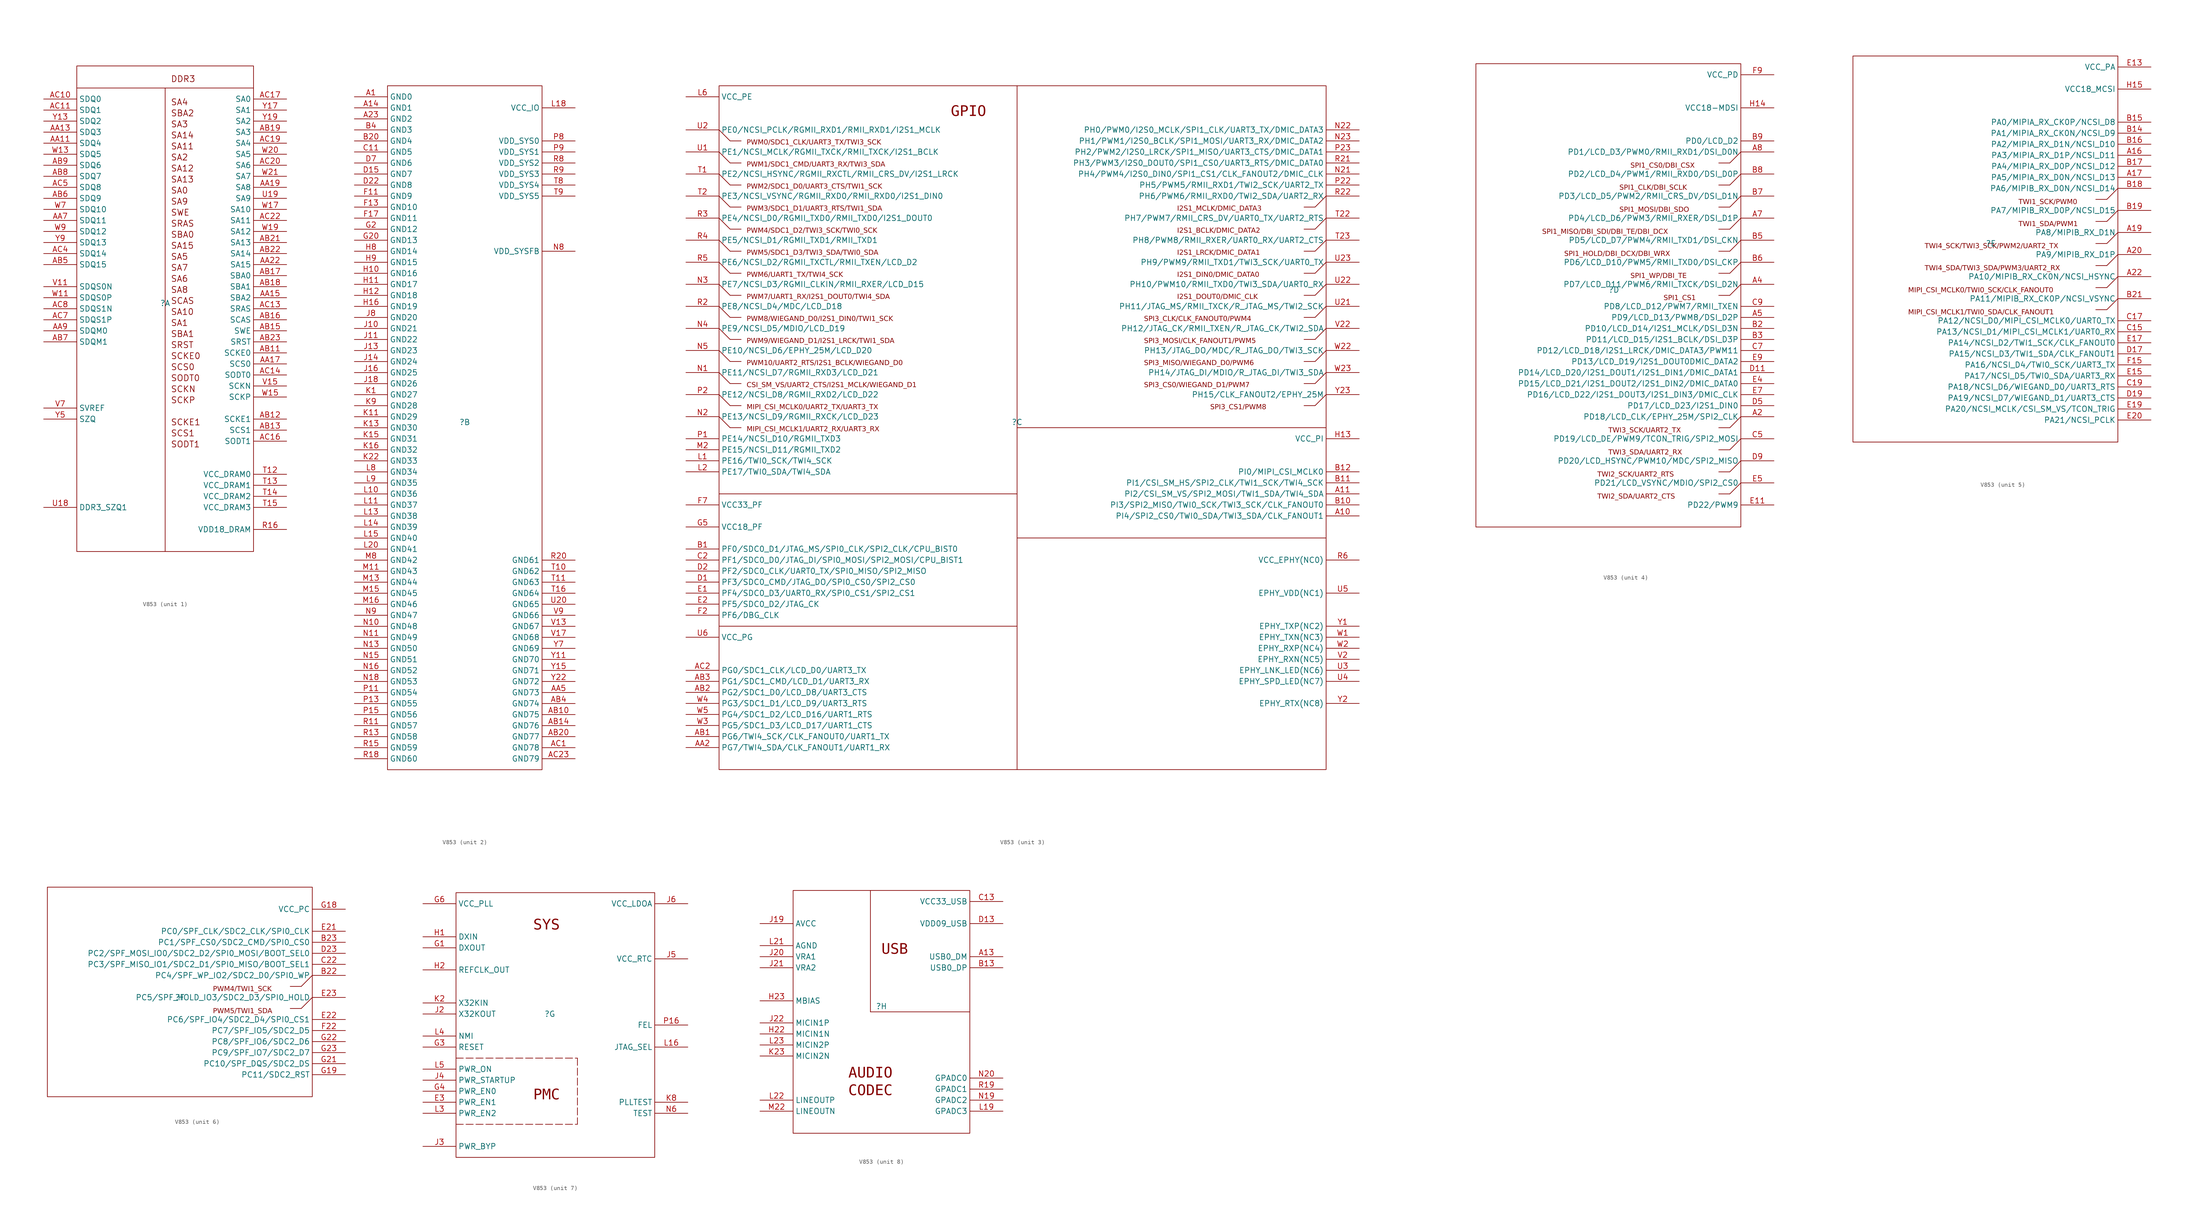
<source format=kicad_sym>
(kicad_symbol_lib
  (version 20231120)
  (generator "kicad_symbol_editor")
  (generator_version "8.0")
  (symbol "V853"
    (property "Reference" ""
      (at 0 0 0)
      (effects (font (size 1.27 1.27))))
    (property "Value" ""
      (at 0 0 0)
      (effects (font (size 1.27 1.27))))
    (symbol "V853_1_0"
      (rectangle (start -20.32 54.61) (end 20.32 -57.15) (stroke (width 0) (type default)) (fill (type none)))
      (polyline (pts (xy -20.32 49.53) (xy 20.32 49.53)) (stroke (width 0) (type default)) (fill (type none)))
      (polyline (pts (xy 0 49.53) (xy 0 -57.15)) (stroke (width 0) (type default)) (fill (type none)))
      (text "DDR3" (at 1.27 50.8 0) (effects (font (size 1.397 1.397)) (justify left bottom)))
      (text "SA0" (at 1.27 25.146 0) (effects (font (size 1.397 1.397)) (justify left bottom)))
      (text "SA1" (at 1.27 -5.334 0) (effects (font (size 1.397 1.397)) (justify left bottom)))
      (text "SA10" (at 1.27 -2.794 0) (effects (font (size 1.397 1.397)) (justify left bottom)))
      (text "SA11" (at 1.27 35.306 0) (effects (font (size 1.397 1.397)) (justify left bottom)))
      (text "SA12" (at 1.27 30.226 0) (effects (font (size 1.397 1.397)) (justify left bottom)))
      (text "SA13" (at 1.27 27.686 0) (effects (font (size 1.397 1.397)) (justify left bottom)))
      (text "SA14" (at 1.27 37.846 0) (effects (font (size 1.397 1.397)) (justify left bottom)))
      (text "SA15" (at 1.27 12.446 0) (effects (font (size 1.397 1.397)) (justify left bottom)))
      (text "SA2" (at 1.27 32.766 0) (effects (font (size 1.397 1.397)) (justify left bottom)))
      (text "SA3" (at 1.27 40.386 0) (effects (font (size 1.397 1.397)) (justify left bottom)))
      (text "SA4" (at 1.27 45.466 0) (effects (font (size 1.397 1.397)) (justify left bottom)))
      (text "SA5" (at 1.27 9.906 0) (effects (font (size 1.397 1.397)) (justify left bottom)))
      (text "SA6" (at 1.27 4.826 0) (effects (font (size 1.397 1.397)) (justify left bottom)))
      (text "SA7" (at 1.27 7.366 0) (effects (font (size 1.397 1.397)) (justify left bottom)))
      (text "SA8" (at 1.27 2.286 0) (effects (font (size 1.397 1.397)) (justify left bottom)))
      (text "SA9" (at 1.27 22.606 0) (effects (font (size 1.397 1.397)) (justify left bottom)))
      (text "SBA0" (at 1.27 14.986 0) (effects (font (size 1.397 1.397)) (justify left bottom)))
      (text "SBA1" (at 1.27 -7.874 0) (effects (font (size 1.397 1.397)) (justify left bottom)))
      (text "SBA2" (at 1.27 42.926 0) (effects (font (size 1.397 1.397)) (justify left bottom)))
      (text "SCAS" (at 1.27 -0.254 0) (effects (font (size 1.397 1.397)) (justify left bottom)))
      (text "SCKE0" (at 1.27 -12.954 0) (effects (font (size 1.397 1.397)) (justify left bottom)))
      (text "SCKE1" (at 1.27 -28.194 0) (effects (font (size 1.397 1.397)) (justify left bottom)))
      (text "SCKN" (at 1.27 -20.574 0) (effects (font (size 1.397 1.397)) (justify left bottom)))
      (text "SCKP" (at 1.27 -23.114 0) (effects (font (size 1.397 1.397)) (justify left bottom)))
      (text "SCS0" (at 1.27 -15.494 0) (effects (font (size 1.397 1.397)) (justify left bottom)))
      (text "SCS1" (at 1.27 -30.734 0) (effects (font (size 1.397 1.397)) (justify left bottom)))
      (text "SODT0" (at 1.27 -18.034 0) (effects (font (size 1.397 1.397)) (justify left bottom)))
      (text "SODT1" (at 1.27 -33.274 0) (effects (font (size 1.397 1.397)) (justify left bottom)))
      (text "SRAS" (at 1.27 17.526 0) (effects (font (size 1.397 1.397)) (justify left bottom)))
      (text "SRST" (at 1.27 -10.414 0) (effects (font (size 1.397 1.397)) (justify left bottom)))
      (text "SWE" (at 1.27 20.066 0) (effects (font (size 1.397 1.397)) (justify left bottom)))
      (pin input line (at -27.94 36.83 0) (length 7.62) (name "SDQ4" (effects (font (size 1.27 1.27)))) (number "AA11" (effects (font (size 1.27 1.27)))))
      (pin input line (at -27.94 39.37 0) (length 7.62) (name "SDQ3" (effects (font (size 1.27 1.27)))) (number "AA13" (effects (font (size 1.27 1.27)))))
      (pin input line (at 27.94 1.27 180) (length 7.62) (name "SBA2" (effects (font (size 1.27 1.27)))) (number "AA15" (effects (font (size 1.27 1.27)))))
      (pin input line (at 27.94 -13.97 180) (length 7.62) (name "SCS0" (effects (font (size 1.27 1.27)))) (number "AA17" (effects (font (size 1.27 1.27)))))
      (pin input line (at 27.94 26.67 180) (length 7.62) (name "SA8" (effects (font (size 1.27 1.27)))) (number "AA19" (effects (font (size 1.27 1.27)))))
      (pin input line (at 27.94 8.89 180) (length 7.62) (name "SA15" (effects (font (size 1.27 1.27)))) (number "AA22" (effects (font (size 1.27 1.27)))))
      (pin input line (at -27.94 19.05 0) (length 7.62) (name "SDQ11" (effects (font (size 1.27 1.27)))) (number "AA7" (effects (font (size 1.27 1.27)))))
      (pin input line (at -27.94 -6.35 0) (length 7.62) (name "SDQM0" (effects (font (size 1.27 1.27)))) (number "AA9" (effects (font (size 1.27 1.27)))))
      (pin input line (at 27.94 -11.43 180) (length 7.62) (name "SCKE0" (effects (font (size 1.27 1.27)))) (number "AB11" (effects (font (size 1.27 1.27)))))
      (pin input line (at 27.94 -26.67 180) (length 7.62) (name "SCKE1" (effects (font (size 1.27 1.27)))) (number "AB12" (effects (font (size 1.27 1.27)))))
      (pin input line (at 27.94 -29.21 180) (length 7.62) (name "SCS1" (effects (font (size 1.27 1.27)))) (number "AB13" (effects (font (size 1.27 1.27)))))
      (pin input line (at 27.94 -6.35 180) (length 7.62) (name "SWE" (effects (font (size 1.27 1.27)))) (number "AB15" (effects (font (size 1.27 1.27)))))
      (pin input line (at 27.94 -3.81 180) (length 7.62) (name "SCAS" (effects (font (size 1.27 1.27)))) (number "AB16" (effects (font (size 1.27 1.27)))))
      (pin input line (at 27.94 6.35 180) (length 7.62) (name "SBA0" (effects (font (size 1.27 1.27)))) (number "AB17" (effects (font (size 1.27 1.27)))))
      (pin input line (at 27.94 3.81 180) (length 7.62) (name "SBA1" (effects (font (size 1.27 1.27)))) (number "AB18" (effects (font (size 1.27 1.27)))))
      (pin input line (at 27.94 39.37 180) (length 7.62) (name "SA3" (effects (font (size 1.27 1.27)))) (number "AB19" (effects (font (size 1.27 1.27)))))
      (pin input line (at 27.94 13.97 180) (length 7.62) (name "SA13" (effects (font (size 1.27 1.27)))) (number "AB21" (effects (font (size 1.27 1.27)))))
      (pin input line (at 27.94 11.43 180) (length 7.62) (name "SA14" (effects (font (size 1.27 1.27)))) (number "AB22" (effects (font (size 1.27 1.27)))))
      (pin input line (at 27.94 -8.89 180) (length 7.62) (name "SRST" (effects (font (size 1.27 1.27)))) (number "AB23" (effects (font (size 1.27 1.27)))))
      (pin input line (at -27.94 8.89 0) (length 7.62) (name "SDQ15" (effects (font (size 1.27 1.27)))) (number "AB5" (effects (font (size 1.27 1.27)))))
      (pin input line (at -27.94 24.13 0) (length 7.62) (name "SDQ9" (effects (font (size 1.27 1.27)))) (number "AB6" (effects (font (size 1.27 1.27)))))
      (pin input line (at -27.94 -8.89 0) (length 7.62) (name "SDQM1" (effects (font (size 1.27 1.27)))) (number "AB7" (effects (font (size 1.27 1.27)))))
      (pin input line (at -27.94 29.21 0) (length 7.62) (name "SDQ7" (effects (font (size 1.27 1.27)))) (number "AB8" (effects (font (size 1.27 1.27)))))
      (pin input line (at -27.94 31.75 0) (length 7.62) (name "SDQ6" (effects (font (size 1.27 1.27)))) (number "AB9" (effects (font (size 1.27 1.27)))))
      (pin input line (at -27.94 46.99 0) (length 7.62) (name "SDQ0" (effects (font (size 1.27 1.27)))) (number "AC10" (effects (font (size 1.27 1.27)))))
      (pin input line (at -27.94 44.45 0) (length 7.62) (name "SDQ1" (effects (font (size 1.27 1.27)))) (number "AC11" (effects (font (size 1.27 1.27)))))
      (pin input line (at 27.94 -1.27 180) (length 7.62) (name "SRAS" (effects (font (size 1.27 1.27)))) (number "AC13" (effects (font (size 1.27 1.27)))))
      (pin input line (at 27.94 -16.51 180) (length 7.62) (name "SODT0" (effects (font (size 1.27 1.27)))) (number "AC14" (effects (font (size 1.27 1.27)))))
      (pin input line (at 27.94 -31.75 180) (length 7.62) (name "SODT1" (effects (font (size 1.27 1.27)))) (number "AC16" (effects (font (size 1.27 1.27)))))
      (pin input line (at 27.94 46.99 180) (length 7.62) (name "SA0" (effects (font (size 1.27 1.27)))) (number "AC17" (effects (font (size 1.27 1.27)))))
      (pin input line (at 27.94 36.83 180) (length 7.62) (name "SA4" (effects (font (size 1.27 1.27)))) (number "AC19" (effects (font (size 1.27 1.27)))))
      (pin input line (at 27.94 31.75 180) (length 7.62) (name "SA6" (effects (font (size 1.27 1.27)))) (number "AC20" (effects (font (size 1.27 1.27)))))
      (pin input line (at 27.94 19.05 180) (length 7.62) (name "SA11" (effects (font (size 1.27 1.27)))) (number "AC22" (effects (font (size 1.27 1.27)))))
      (pin input line (at -27.94 11.43 0) (length 7.62) (name "SDQ14" (effects (font (size 1.27 1.27)))) (number "AC4" (effects (font (size 1.27 1.27)))))
      (pin input line (at -27.94 26.67 0) (length 7.62) (name "SDQ8" (effects (font (size 1.27 1.27)))) (number "AC5" (effects (font (size 1.27 1.27)))))
      (pin input line (at -27.94 -3.81 0) (length 7.62) (name "SDQS1P" (effects (font (size 1.27 1.27)))) (number "AC7" (effects (font (size 1.27 1.27)))))
      (pin input line (at -27.94 -1.27 0) (length 7.62) (name "SDQS1N" (effects (font (size 1.27 1.27)))) (number "AC8" (effects (font (size 1.27 1.27)))))
      (pin input line (at 27.94 -52.07 180) (length 7.62) (name "VDD18_DRAM" (effects (font (size 1.27 1.27)))) (number "R16" (effects (font (size 1.27 1.27)))))
      (pin input line (at 27.94 -39.37 180) (length 7.62) (name "VCC_DRAM0" (effects (font (size 1.27 1.27)))) (number "T12" (effects (font (size 1.27 1.27)))))
      (pin input line (at 27.94 -41.91 180) (length 7.62) (name "VCC_DRAM1" (effects (font (size 1.27 1.27)))) (number "T13" (effects (font (size 1.27 1.27)))))
      (pin input line (at 27.94 -44.45 180) (length 7.62) (name "VCC_DRAM2" (effects (font (size 1.27 1.27)))) (number "T14" (effects (font (size 1.27 1.27)))))
      (pin input line (at 27.94 -46.99 180) (length 7.62) (name "VCC_DRAM3" (effects (font (size 1.27 1.27)))) (number "T15" (effects (font (size 1.27 1.27)))))
      (pin input line (at -27.94 -46.99 0) (length 7.62) (name "DDR3_SZQ1" (effects (font (size 1.27 1.27)))) (number "U18" (effects (font (size 1.27 1.27)))))
      (pin input line (at 27.94 24.13 180) (length 7.62) (name "SA9" (effects (font (size 1.27 1.27)))) (number "U19" (effects (font (size 1.27 1.27)))))
      (pin input line (at -27.94 3.81 0) (length 7.62) (name "SDQS0N" (effects (font (size 1.27 1.27)))) (number "V11" (effects (font (size 1.27 1.27)))))
      (pin input line (at 27.94 -19.05 180) (length 7.62) (name "SCKN" (effects (font (size 1.27 1.27)))) (number "V15" (effects (font (size 1.27 1.27)))))
      (pin input line (at -27.94 -24.13 0) (length 7.62) (name "SVREF" (effects (font (size 1.27 1.27)))) (number "V7" (effects (font (size 1.27 1.27)))))
      (pin input line (at -27.94 1.27 0) (length 7.62) (name "SDQS0P" (effects (font (size 1.27 1.27)))) (number "W11" (effects (font (size 1.27 1.27)))))
      (pin input line (at -27.94 34.29 0) (length 7.62) (name "SDQ5" (effects (font (size 1.27 1.27)))) (number "W13" (effects (font (size 1.27 1.27)))))
      (pin input line (at 27.94 -21.59 180) (length 7.62) (name "SCKP" (effects (font (size 1.27 1.27)))) (number "W15" (effects (font (size 1.27 1.27)))))
      (pin input line (at 27.94 21.59 180) (length 7.62) (name "SA10" (effects (font (size 1.27 1.27)))) (number "W17" (effects (font (size 1.27 1.27)))))
      (pin input line (at 27.94 16.51 180) (length 7.62) (name "SA12" (effects (font (size 1.27 1.27)))) (number "W19" (effects (font (size 1.27 1.27)))))
      (pin input line (at 27.94 34.29 180) (length 7.62) (name "SA5" (effects (font (size 1.27 1.27)))) (number "W20" (effects (font (size 1.27 1.27)))))
      (pin input line (at 27.94 29.21 180) (length 7.62) (name "SA7" (effects (font (size 1.27 1.27)))) (number "W21" (effects (font (size 1.27 1.27)))))
      (pin input line (at -27.94 21.59 0) (length 7.62) (name "SDQ10" (effects (font (size 1.27 1.27)))) (number "W7" (effects (font (size 1.27 1.27)))))
      (pin input line (at -27.94 16.51 0) (length 7.62) (name "SDQ12" (effects (font (size 1.27 1.27)))) (number "W9" (effects (font (size 1.27 1.27)))))
      (pin input line (at -27.94 41.91 0) (length 7.62) (name "SDQ2" (effects (font (size 1.27 1.27)))) (number "Y13" (effects (font (size 1.27 1.27)))))
      (pin input line (at 27.94 44.45 180) (length 7.62) (name "SA1" (effects (font (size 1.27 1.27)))) (number "Y17" (effects (font (size 1.27 1.27)))))
      (pin input line (at 27.94 41.91 180) (length 7.62) (name "SA2" (effects (font (size 1.27 1.27)))) (number "Y19" (effects (font (size 1.27 1.27)))))
      (pin input line (at -27.94 -26.67 0) (length 7.62) (name "SZQ" (effects (font (size 1.27 1.27)))) (number "Y5" (effects (font (size 1.27 1.27)))))
      (pin input line (at -27.94 13.97 0) (length 7.62) (name "SDQ13" (effects (font (size 1.27 1.27)))) (number "Y9" (effects (font (size 1.27 1.27))))))
    (symbol "V853_2_0"
      (rectangle (start -17.78 77.47) (end 17.78 -80.01) (stroke (width 0) (type default)) (fill (type none)))
      (pin input line (at -25.4 74.93 0) (length 7.62) (name "GND0" (effects (font (size 1.27 1.27)))) (number "A1" (effects (font (size 1.27 1.27)))))
      (pin input line (at -25.4 72.39 0) (length 7.62) (name "GND1" (effects (font (size 1.27 1.27)))) (number "A14" (effects (font (size 1.27 1.27)))))
      (pin input line (at -25.4 69.85 0) (length 7.62) (name "GND2" (effects (font (size 1.27 1.27)))) (number "A23" (effects (font (size 1.27 1.27)))))
      (pin input line (at 25.4 -62.23 180) (length 7.62) (name "GND73" (effects (font (size 1.27 1.27)))) (number "AA5" (effects (font (size 1.27 1.27)))))
      (pin input line (at 25.4 -67.31 180) (length 7.62) (name "GND75" (effects (font (size 1.27 1.27)))) (number "AB10" (effects (font (size 1.27 1.27)))))
      (pin input line (at 25.4 -69.85 180) (length 7.62) (name "GND76" (effects (font (size 1.27 1.27)))) (number "AB14" (effects (font (size 1.27 1.27)))))
      (pin input line (at 25.4 -72.39 180) (length 7.62) (name "GND77" (effects (font (size 1.27 1.27)))) (number "AB20" (effects (font (size 1.27 1.27)))))
      (pin input line (at 25.4 -64.77 180) (length 7.62) (name "GND74" (effects (font (size 1.27 1.27)))) (number "AB4" (effects (font (size 1.27 1.27)))))
      (pin input line (at 25.4 -74.93 180) (length 7.62) (name "GND78" (effects (font (size 1.27 1.27)))) (number "AC1" (effects (font (size 1.27 1.27)))))
      (pin input line (at 25.4 -77.47 180) (length 7.62) (name "GND79" (effects (font (size 1.27 1.27)))) (number "AC23" (effects (font (size 1.27 1.27)))))
      (pin input line (at -25.4 64.77 0) (length 7.62) (name "GND4" (effects (font (size 1.27 1.27)))) (number "B20" (effects (font (size 1.27 1.27)))))
      (pin input line (at -25.4 67.31 0) (length 7.62) (name "GND3" (effects (font (size 1.27 1.27)))) (number "B4" (effects (font (size 1.27 1.27)))))
      (pin input line (at -25.4 62.23 0) (length 7.62) (name "GND5" (effects (font (size 1.27 1.27)))) (number "C11" (effects (font (size 1.27 1.27)))))
      (pin input line (at -25.4 57.15 0) (length 7.62) (name "GND7" (effects (font (size 1.27 1.27)))) (number "D15" (effects (font (size 1.27 1.27)))))
      (pin input line (at -25.4 54.61 0) (length 7.62) (name "GND8" (effects (font (size 1.27 1.27)))) (number "D22" (effects (font (size 1.27 1.27)))))
      (pin input line (at -25.4 59.69 0) (length 7.62) (name "GND6" (effects (font (size 1.27 1.27)))) (number "D7" (effects (font (size 1.27 1.27)))))
      (pin input line (at -25.4 52.07 0) (length 7.62) (name "GND9" (effects (font (size 1.27 1.27)))) (number "F11" (effects (font (size 1.27 1.27)))))
      (pin input line (at -25.4 49.53 0) (length 7.62) (name "GND10" (effects (font (size 1.27 1.27)))) (number "F13" (effects (font (size 1.27 1.27)))))
      (pin input line (at -25.4 46.99 0) (length 7.62) (name "GND11" (effects (font (size 1.27 1.27)))) (number "F17" (effects (font (size 1.27 1.27)))))
      (pin input line (at -25.4 44.45 0) (length 7.62) (name "GND12" (effects (font (size 1.27 1.27)))) (number "G2" (effects (font (size 1.27 1.27)))))
      (pin input line (at -25.4 41.91 0) (length 7.62) (name "GND13" (effects (font (size 1.27 1.27)))) (number "G20" (effects (font (size 1.27 1.27)))))
      (pin input line (at -25.4 34.29 0) (length 7.62) (name "GND16" (effects (font (size 1.27 1.27)))) (number "H10" (effects (font (size 1.27 1.27)))))
      (pin input line (at -25.4 31.75 0) (length 7.62) (name "GND17" (effects (font (size 1.27 1.27)))) (number "H11" (effects (font (size 1.27 1.27)))))
      (pin input line (at -25.4 29.21 0) (length 7.62) (name "GND18" (effects (font (size 1.27 1.27)))) (number "H12" (effects (font (size 1.27 1.27)))))
      (pin input line (at -25.4 26.67 0) (length 7.62) (name "GND19" (effects (font (size 1.27 1.27)))) (number "H16" (effects (font (size 1.27 1.27)))))
      (pin input line (at -25.4 39.37 0) (length 7.62) (name "GND14" (effects (font (size 1.27 1.27)))) (number "H8" (effects (font (size 1.27 1.27)))))
      (pin input line (at -25.4 36.83 0) (length 7.62) (name "GND15" (effects (font (size 1.27 1.27)))) (number "H9" (effects (font (size 1.27 1.27)))))
      (pin input line (at -25.4 21.59 0) (length 7.62) (name "GND21" (effects (font (size 1.27 1.27)))) (number "J10" (effects (font (size 1.27 1.27)))))
      (pin input line (at -25.4 19.05 0) (length 7.62) (name "GND22" (effects (font (size 1.27 1.27)))) (number "J11" (effects (font (size 1.27 1.27)))))
      (pin input line (at -25.4 16.51 0) (length 7.62) (name "GND23" (effects (font (size 1.27 1.27)))) (number "J13" (effects (font (size 1.27 1.27)))))
      (pin input line (at -25.4 13.97 0) (length 7.62) (name "GND24" (effects (font (size 1.27 1.27)))) (number "J14" (effects (font (size 1.27 1.27)))))
      (pin input line (at -25.4 11.43 0) (length 7.62) (name "GND25" (effects (font (size 1.27 1.27)))) (number "J16" (effects (font (size 1.27 1.27)))))
      (pin input line (at -25.4 8.89 0) (length 7.62) (name "GND26" (effects (font (size 1.27 1.27)))) (number "J18" (effects (font (size 1.27 1.27)))))
      (pin input line (at -25.4 24.13 0) (length 7.62) (name "GND20" (effects (font (size 1.27 1.27)))) (number "J8" (effects (font (size 1.27 1.27)))))
      (pin input line (at -25.4 6.35 0) (length 7.62) (name "GND27" (effects (font (size 1.27 1.27)))) (number "K1" (effects (font (size 1.27 1.27)))))
      (pin input line (at -25.4 1.27 0) (length 7.62) (name "GND29" (effects (font (size 1.27 1.27)))) (number "K11" (effects (font (size 1.27 1.27)))))
      (pin input line (at -25.4 -1.27 0) (length 7.62) (name "GND30" (effects (font (size 1.27 1.27)))) (number "K13" (effects (font (size 1.27 1.27)))))
      (pin input line (at -25.4 -3.81 0) (length 7.62) (name "GND31" (effects (font (size 1.27 1.27)))) (number "K15" (effects (font (size 1.27 1.27)))))
      (pin input line (at -25.4 -6.35 0) (length 7.62) (name "GND32" (effects (font (size 1.27 1.27)))) (number "K16" (effects (font (size 1.27 1.27)))))
      (pin input line (at -25.4 -8.89 0) (length 7.62) (name "GND33" (effects (font (size 1.27 1.27)))) (number "K22" (effects (font (size 1.27 1.27)))))
      (pin input line (at -25.4 3.81 0) (length 7.62) (name "GND28" (effects (font (size 1.27 1.27)))) (number "K9" (effects (font (size 1.27 1.27)))))
      (pin input line (at -25.4 -16.51 0) (length 7.62) (name "GND36" (effects (font (size 1.27 1.27)))) (number "L10" (effects (font (size 1.27 1.27)))))
      (pin input line (at -25.4 -19.05 0) (length 7.62) (name "GND37" (effects (font (size 1.27 1.27)))) (number "L11" (effects (font (size 1.27 1.27)))))
      (pin input line (at -25.4 -21.59 0) (length 7.62) (name "GND38" (effects (font (size 1.27 1.27)))) (number "L13" (effects (font (size 1.27 1.27)))))
      (pin input line (at -25.4 -24.13 0) (length 7.62) (name "GND39" (effects (font (size 1.27 1.27)))) (number "L14" (effects (font (size 1.27 1.27)))))
      (pin input line (at -25.4 -26.67 0) (length 7.62) (name "GND40" (effects (font (size 1.27 1.27)))) (number "L15" (effects (font (size 1.27 1.27)))))
      (pin input line (at 25.4 72.39 180) (length 7.62) (name "VCC_IO" (effects (font (size 1.27 1.27)))) (number "L18" (effects (font (size 1.27 1.27)))))
      (pin input line (at -25.4 -29.21 0) (length 7.62) (name "GND41" (effects (font (size 1.27 1.27)))) (number "L20" (effects (font (size 1.27 1.27)))))
      (pin input line (at -25.4 -11.43 0) (length 7.62) (name "GND34" (effects (font (size 1.27 1.27)))) (number "L8" (effects (font (size 1.27 1.27)))))
      (pin input line (at -25.4 -13.97 0) (length 7.62) (name "GND35" (effects (font (size 1.27 1.27)))) (number "L9" (effects (font (size 1.27 1.27)))))
      (pin input line (at -25.4 -34.29 0) (length 7.62) (name "GND43" (effects (font (size 1.27 1.27)))) (number "M11" (effects (font (size 1.27 1.27)))))
      (pin input line (at -25.4 -36.83 0) (length 7.62) (name "GND44" (effects (font (size 1.27 1.27)))) (number "M13" (effects (font (size 1.27 1.27)))))
      (pin input line (at -25.4 -39.37 0) (length 7.62) (name "GND45" (effects (font (size 1.27 1.27)))) (number "M15" (effects (font (size 1.27 1.27)))))
      (pin input line (at -25.4 -41.91 0) (length 7.62) (name "GND46" (effects (font (size 1.27 1.27)))) (number "M16" (effects (font (size 1.27 1.27)))))
      (pin input line (at -25.4 -31.75 0) (length 7.62) (name "GND42" (effects (font (size 1.27 1.27)))) (number "M8" (effects (font (size 1.27 1.27)))))
      (pin input line (at -25.4 -46.99 0) (length 7.62) (name "GND48" (effects (font (size 1.27 1.27)))) (number "N10" (effects (font (size 1.27 1.27)))))
      (pin input line (at -25.4 -49.53 0) (length 7.62) (name "GND49" (effects (font (size 1.27 1.27)))) (number "N11" (effects (font (size 1.27 1.27)))))
      (pin input line (at -25.4 -52.07 0) (length 7.62) (name "GND50" (effects (font (size 1.27 1.27)))) (number "N13" (effects (font (size 1.27 1.27)))))
      (pin input line (at -25.4 -54.61 0) (length 7.62) (name "GND51" (effects (font (size 1.27 1.27)))) (number "N15" (effects (font (size 1.27 1.27)))))
      (pin input line (at -25.4 -57.15 0) (length 7.62) (name "GND52" (effects (font (size 1.27 1.27)))) (number "N16" (effects (font (size 1.27 1.27)))))
      (pin input line (at -25.4 -59.69 0) (length 7.62) (name "GND53" (effects (font (size 1.27 1.27)))) (number "N18" (effects (font (size 1.27 1.27)))))
      (pin input line (at 25.4 39.37 180) (length 7.62) (name "VDD_SYSFB" (effects (font (size 1.27 1.27)))) (number "N8" (effects (font (size 1.27 1.27)))))
      (pin input line (at -25.4 -44.45 0) (length 7.62) (name "GND47" (effects (font (size 1.27 1.27)))) (number "N9" (effects (font (size 1.27 1.27)))))
      (pin input line (at -25.4 -62.23 0) (length 7.62) (name "GND54" (effects (font (size 1.27 1.27)))) (number "P11" (effects (font (size 1.27 1.27)))))
      (pin input line (at -25.4 -64.77 0) (length 7.62) (name "GND55" (effects (font (size 1.27 1.27)))) (number "P13" (effects (font (size 1.27 1.27)))))
      (pin input line (at -25.4 -67.31 0) (length 7.62) (name "GND56" (effects (font (size 1.27 1.27)))) (number "P15" (effects (font (size 1.27 1.27)))))
      (pin input line (at 25.4 64.77 180) (length 7.62) (name "VDD_SYS0" (effects (font (size 1.27 1.27)))) (number "P8" (effects (font (size 1.27 1.27)))))
      (pin input line (at 25.4 62.23 180) (length 7.62) (name "VDD_SYS1" (effects (font (size 1.27 1.27)))) (number "P9" (effects (font (size 1.27 1.27)))))
      (pin input line (at -25.4 -69.85 0) (length 7.62) (name "GND57" (effects (font (size 1.27 1.27)))) (number "R11" (effects (font (size 1.27 1.27)))))
      (pin input line (at -25.4 -72.39 0) (length 7.62) (name "GND58" (effects (font (size 1.27 1.27)))) (number "R13" (effects (font (size 1.27 1.27)))))
      (pin input line (at -25.4 -74.93 0) (length 7.62) (name "GND59" (effects (font (size 1.27 1.27)))) (number "R15" (effects (font (size 1.27 1.27)))))
      (pin input line (at -25.4 -77.47 0) (length 7.62) (name "GND60" (effects (font (size 1.27 1.27)))) (number "R18" (effects (font (size 1.27 1.27)))))
      (pin input line (at 25.4 -31.75 180) (length 7.62) (name "GND61" (effects (font (size 1.27 1.27)))) (number "R20" (effects (font (size 1.27 1.27)))))
      (pin input line (at 25.4 59.69 180) (length 7.62) (name "VDD_SYS2" (effects (font (size 1.27 1.27)))) (number "R8" (effects (font (size 1.27 1.27)))))
      (pin input line (at 25.4 57.15 180) (length 7.62) (name "VDD_SYS3" (effects (font (size 1.27 1.27)))) (number "R9" (effects (font (size 1.27 1.27)))))
      (pin input line (at 25.4 -34.29 180) (length 7.62) (name "GND62" (effects (font (size 1.27 1.27)))) (number "T10" (effects (font (size 1.27 1.27)))))
      (pin input line (at 25.4 -36.83 180) (length 7.62) (name "GND63" (effects (font (size 1.27 1.27)))) (number "T11" (effects (font (size 1.27 1.27)))))
      (pin input line (at 25.4 -39.37 180) (length 7.62) (name "GND64" (effects (font (size 1.27 1.27)))) (number "T16" (effects (font (size 1.27 1.27)))))
      (pin input line (at 25.4 54.61 180) (length 7.62) (name "VDD_SYS4" (effects (font (size 1.27 1.27)))) (number "T8" (effects (font (size 1.27 1.27)))))
      (pin input line (at 25.4 52.07 180) (length 7.62) (name "VDD_SYS5" (effects (font (size 1.27 1.27)))) (number "T9" (effects (font (size 1.27 1.27)))))
      (pin input line (at 25.4 -41.91 180) (length 7.62) (name "GND65" (effects (font (size 1.27 1.27)))) (number "U20" (effects (font (size 1.27 1.27)))))
      (pin input line (at 25.4 -46.99 180) (length 7.62) (name "GND67" (effects (font (size 1.27 1.27)))) (number "V13" (effects (font (size 1.27 1.27)))))
      (pin input line (at 25.4 -49.53 180) (length 7.62) (name "GND68" (effects (font (size 1.27 1.27)))) (number "V17" (effects (font (size 1.27 1.27)))))
      (pin input line (at 25.4 -44.45 180) (length 7.62) (name "GND66" (effects (font (size 1.27 1.27)))) (number "V9" (effects (font (size 1.27 1.27)))))
      (pin input line (at 25.4 -54.61 180) (length 7.62) (name "GND70" (effects (font (size 1.27 1.27)))) (number "Y11" (effects (font (size 1.27 1.27)))))
      (pin input line (at 25.4 -57.15 180) (length 7.62) (name "GND71" (effects (font (size 1.27 1.27)))) (number "Y15" (effects (font (size 1.27 1.27)))))
      (pin input line (at 25.4 -59.69 180) (length 7.62) (name "GND72" (effects (font (size 1.27 1.27)))) (number "Y22" (effects (font (size 1.27 1.27)))))
      (pin input line (at 25.4 -52.07 180) (length 7.62) (name "GND69" (effects (font (size 1.27 1.27)))) (number "Y7" (effects (font (size 1.27 1.27))))))
    (symbol "V853_3_0"
      (rectangle (start -68.58 77.47) (end 71.12 -80.01) (stroke (width 0) (type default)) (fill (type none)))
      (polyline (pts (xy -68.58 -46.99) (xy 0 -46.99)) (stroke (width 0) (type default)) (fill (type none)))
      (polyline (pts (xy -68.58 -16.51) (xy 0 -16.51)) (stroke (width 0) (type default)) (fill (type none)))
      (polyline (pts (xy -66.04 -1.27) (xy -68.58 1.27)) (stroke (width 0) (type default)) (fill (type none)))
      (polyline (pts (xy -66.04 3.81) (xy -68.58 6.35)) (stroke (width 0) (type default)) (fill (type none)))
      (polyline (pts (xy -66.04 8.89) (xy -68.58 11.43)) (stroke (width 0) (type default)) (fill (type none)))
      (polyline (pts (xy -66.04 13.97) (xy -68.58 16.51)) (stroke (width 0) (type default)) (fill (type none)))
      (polyline (pts (xy -66.04 19.05) (xy -68.58 21.59)) (stroke (width 0) (type default)) (fill (type none)))
      (polyline (pts (xy -66.04 24.13) (xy -68.58 26.67)) (stroke (width 0) (type default)) (fill (type none)))
      (polyline (pts (xy -66.04 29.21) (xy -68.58 31.75)) (stroke (width 0) (type default)) (fill (type none)))
      (polyline (pts (xy -66.04 34.29) (xy -68.58 36.83)) (stroke (width 0) (type default)) (fill (type none)))
      (polyline (pts (xy -66.04 39.37) (xy -68.58 41.91)) (stroke (width 0) (type default)) (fill (type none)))
      (polyline (pts (xy -66.04 44.45) (xy -68.58 46.99)) (stroke (width 0) (type default)) (fill (type none)))
      (polyline (pts (xy -66.04 49.53) (xy -68.58 52.07)) (stroke (width 0) (type default)) (fill (type none)))
      (polyline (pts (xy -66.04 54.61) (xy -68.58 57.15)) (stroke (width 0) (type default)) (fill (type none)))
      (polyline (pts (xy -66.04 59.69) (xy -68.58 62.23)) (stroke (width 0) (type default)) (fill (type none)))
      (polyline (pts (xy -66.04 64.77) (xy -68.58 67.31)) (stroke (width 0) (type default)) (fill (type none)))
      (polyline (pts (xy -63.5 -1.27) (xy -66.04 -1.27)) (stroke (width 0) (type default)) (fill (type none)))
      (polyline (pts (xy -63.5 3.81) (xy -66.04 3.81)) (stroke (width 0) (type default)) (fill (type none)))
      (polyline (pts (xy -63.5 8.89) (xy -66.04 8.89)) (stroke (width 0) (type default)) (fill (type none)))
      (polyline (pts (xy -63.5 13.97) (xy -66.04 13.97)) (stroke (width 0) (type default)) (fill (type none)))
      (polyline (pts (xy -63.5 19.05) (xy -66.04 19.05)) (stroke (width 0) (type default)) (fill (type none)))
      (polyline (pts (xy -63.5 24.13) (xy -66.04 24.13)) (stroke (width 0) (type default)) (fill (type none)))
      (polyline (pts (xy -63.5 29.21) (xy -66.04 29.21)) (stroke (width 0) (type default)) (fill (type none)))
      (polyline (pts (xy -63.5 34.29) (xy -66.04 34.29)) (stroke (width 0) (type default)) (fill (type none)))
      (polyline (pts (xy -63.5 39.37) (xy -66.04 39.37)) (stroke (width 0) (type default)) (fill (type none)))
      (polyline (pts (xy -63.5 44.45) (xy -66.04 44.45)) (stroke (width 0) (type default)) (fill (type none)))
      (polyline (pts (xy -63.5 49.53) (xy -66.04 49.53)) (stroke (width 0) (type default)) (fill (type none)))
      (polyline (pts (xy -63.5 54.61) (xy -66.04 54.61)) (stroke (width 0) (type default)) (fill (type none)))
      (polyline (pts (xy -63.5 59.69) (xy -66.04 59.69)) (stroke (width 0) (type default)) (fill (type none)))
      (polyline (pts (xy -63.5 64.77) (xy -66.04 64.77)) (stroke (width 0) (type default)) (fill (type none)))
      (polyline (pts (xy 0 -80.01) (xy 0 77.47)) (stroke (width 0) (type default)) (fill (type none)))
      (polyline (pts (xy 0 -26.67) (xy 71.12 -26.67)) (stroke (width 0) (type default)) (fill (type none)))
      (polyline (pts (xy 0 -1.27) (xy 71.12 -1.27)) (stroke (width 0) (type default)) (fill (type none)))
      (polyline (pts (xy 66.04 3.81) (xy 68.58 3.81)) (stroke (width 0) (type default)) (fill (type none)))
      (polyline (pts (xy 66.04 8.89) (xy 68.58 8.89)) (stroke (width 0) (type default)) (fill (type none)))
      (polyline (pts (xy 66.04 13.97) (xy 68.58 13.97)) (stroke (width 0) (type default)) (fill (type none)))
      (polyline (pts (xy 66.04 19.05) (xy 68.58 19.05)) (stroke (width 0) (type default)) (fill (type none)))
      (polyline (pts (xy 66.04 24.13) (xy 68.58 24.13)) (stroke (width 0) (type default)) (fill (type none)))
      (polyline (pts (xy 66.04 29.21) (xy 68.58 29.21)) (stroke (width 0) (type default)) (fill (type none)))
      (polyline (pts (xy 66.04 34.29) (xy 68.58 34.29)) (stroke (width 0) (type default)) (fill (type none)))
      (polyline (pts (xy 66.04 39.37) (xy 68.58 39.37)) (stroke (width 0) (type default)) (fill (type none)))
      (polyline (pts (xy 66.04 44.45) (xy 68.58 44.45)) (stroke (width 0) (type default)) (fill (type none)))
      (polyline (pts (xy 66.04 49.53) (xy 68.58 49.53)) (stroke (width 0) (type default)) (fill (type none)))
      (polyline (pts (xy 68.58 3.81) (xy 71.12 6.35)) (stroke (width 0) (type default)) (fill (type none)))
      (polyline (pts (xy 68.58 8.89) (xy 71.12 11.43)) (stroke (width 0) (type default)) (fill (type none)))
      (polyline (pts (xy 68.58 13.97) (xy 71.12 16.51)) (stroke (width 0) (type default)) (fill (type none)))
      (polyline (pts (xy 68.58 19.05) (xy 71.12 21.59)) (stroke (width 0) (type default)) (fill (type none)))
      (polyline (pts (xy 68.58 24.13) (xy 71.12 26.67)) (stroke (width 0) (type default)) (fill (type none)))
      (polyline (pts (xy 68.58 29.21) (xy 71.12 31.75)) (stroke (width 0) (type default)) (fill (type none)))
      (polyline (pts (xy 68.58 34.29) (xy 71.12 36.83)) (stroke (width 0) (type default)) (fill (type none)))
      (polyline (pts (xy 68.58 39.37) (xy 71.12 41.91)) (stroke (width 0) (type default)) (fill (type none)))
      (polyline (pts (xy 68.58 44.45) (xy 71.12 46.99)) (stroke (width 0) (type default)) (fill (type none)))
      (polyline (pts (xy 68.58 49.53) (xy 71.12 52.07)) (stroke (width 0) (type default)) (fill (type none)))
      (text "CSI_SM_VS/UART2_CTS/I2S1_MCLK/WIEGAND_D1" (at -62.23 7.874 0) (effects (font (face "Arial") (size 1.143 1.143)) (justify left bottom)))
      (text "GPIO" (at -15.24 70.104 0) (effects (font (face "Courier New") (size 2.413 2.413)) (justify left bottom)))
      (text "I2S1_BCLK/DMIC_DATA2" (at 36.83 43.434 0) (effects (font (face "Arial") (size 1.143 1.143)) (justify left bottom)))
      (text "I2S1_DIN0/DMIC_DATA0" (at 36.83 33.274 0) (effects (font (face "Arial") (size 1.143 1.143)) (justify left bottom)))
      (text "I2S1_DOUT0/DMIC_CLK" (at 36.83 28.194 0) (effects (font (face "Arial") (size 1.143 1.143)) (justify left bottom)))
      (text "I2S1_LRCK/DMIC_DATA1" (at 36.83 38.354 0) (effects (font (face "Arial") (size 1.143 1.143)) (justify left bottom)))
      (text "I2S1_MCLK/DMIC_DATA3" (at 36.83 48.514 0) (effects (font (face "Arial") (size 1.143 1.143)) (justify left bottom)))
      (text "MIPI_CSI_MCLK0/UART2_TX/UART3_TX" (at -62.23 2.794 0) (effects (font (face "Arial") (size 1.143 1.143)) (justify left bottom)))
      (text "MIPI_CSI_MCLK1/UART2_RX/UART3_RX" (at -62.23 -2.286 0) (effects (font (face "Arial") (size 1.143 1.143)) (justify left bottom)))
      (text "PWM0/SDC1_CLK/UART3_TX/TWI3_SCK" (at -62.23 63.754 0) (effects (font (face "Arial") (size 1.143 1.143)) (justify left bottom)))
      (text "PWM1/SDC1_CMD/UART3_RX/TWI3_SDA" (at -62.23 58.674 0) (effects (font (face "Arial") (size 1.143 1.143)) (justify left bottom)))
      (text "PWM10/UART2_RTS/I2S1_BCLK/WIEGAND_D0" (at -62.23 12.954 0) (effects (font (face "Arial") (size 1.143 1.143)) (justify left bottom)))
      (text "PWM2/SDC1_D0/UART3_CTS/TWI1_SCK" (at -62.23 53.594 0) (effects (font (face "Arial") (size 1.143 1.143)) (justify left bottom)))
      (text "PWM3/SDC1_D1/UART3_RTS/TWI1_SDA" (at -62.23 48.514 0) (effects (font (face "Arial") (size 1.143 1.143)) (justify left bottom)))
      (text "PWM4/SDC1_D2/TWI3_SCK/TWI0_SCK" (at -62.23 43.434 0) (effects (font (face "Arial") (size 1.143 1.143)) (justify left bottom)))
      (text "PWM5/SDC1_D3/TWI3_SDA/TWI0_SDA" (at -62.23 38.354 0) (effects (font (face "Arial") (size 1.143 1.143)) (justify left bottom)))
      (text "PWM6/UART1_TX/TWI4_SCK" (at -62.23 33.274 0) (effects (font (face "Arial") (size 1.143 1.143)) (justify left bottom)))
      (text "PWM7/UART1_RX/I2S1_DOUT0/TWI4_SDA" (at -62.23 28.194 0) (effects (font (face "Arial") (size 1.143 1.143)) (justify left bottom)))
      (text "PWM8/WIEGAND_D0/I2S1_DIN0/TWI1_SCK" (at -62.23 23.114 0) (effects (font (face "Arial") (size 1.143 1.143)) (justify left bottom)))
      (text "PWM9/WIEGAND_D1/I2S1_LRCK/TWI1_SDA" (at -62.23 18.034 0) (effects (font (face "Arial") (size 1.143 1.143)) (justify left bottom)))
      (text "SPI3_CLK/CLK_FANOUT0/PWM4" (at 29.21 23.114 0) (effects (font (face "Arial") (size 1.143 1.143)) (justify left bottom)))
      (text "SPI3_CS0/WIEGAND_D1/PWM7" (at 29.21 7.874 0) (effects (font (face "Arial") (size 1.143 1.143)) (justify left bottom)))
      (text "SPI3_CS1/PWM8" (at 44.45 2.794 0) (effects (font (face "Arial") (size 1.143 1.143)) (justify left bottom)))
      (text "SPI3_MISO/WIEGAND_D0/PWM6" (at 29.21 12.954 0) (effects (font (face "Arial") (size 1.143 1.143)) (justify left bottom)))
      (text "SPI3_MOSI/CLK_FANOUT1/PWM5" (at 29.21 18.034 0) (effects (font (face "Arial") (size 1.143 1.143)) (justify left bottom)))
      (pin input line (at 78.74 -21.59 180) (length 7.62) (name "PI4/SPI2_CS0/TWI0_SDA/TWI3_SDA/CLK_FANOUT1" (effects (font (size 1.27 1.27)))) (number "A10" (effects (font (size 1.27 1.27)))))
      (pin input line (at 78.74 -16.51 180) (length 7.62) (name "PI2/CSI_SM_VS/SPI2_MOSI/TWI1_SDA/TWI4_SDA" (effects (font (size 1.27 1.27)))) (number "A11" (effects (font (size 1.27 1.27)))))
      (pin input line (at -76.2 -74.93 0) (length 7.62) (name "PG7/TWI4_SDA/CLK_FANOUT1/UART1_RX" (effects (font (size 1.27 1.27)))) (number "AA2" (effects (font (size 1.27 1.27)))))
      (pin input line (at -76.2 -72.39 0) (length 7.62) (name "PG6/TWI4_SCK/CLK_FANOUT0/UART1_TX" (effects (font (size 1.27 1.27)))) (number "AB1" (effects (font (size 1.27 1.27)))))
      (pin input line (at -76.2 -62.23 0) (length 7.62) (name "PG2/SDC1_D0/LCD_D8/UART3_CTS" (effects (font (size 1.27 1.27)))) (number "AB2" (effects (font (size 1.27 1.27)))))
      (pin input line (at -76.2 -59.69 0) (length 7.62) (name "PG1/SDC1_CMD/LCD_D1/UART3_RX" (effects (font (size 1.27 1.27)))) (number "AB3" (effects (font (size 1.27 1.27)))))
      (pin input line (at -76.2 -57.15 0) (length 7.62) (name "PG0/SDC1_CLK/LCD_D0/UART3_TX" (effects (font (size 1.27 1.27)))) (number "AC2" (effects (font (size 1.27 1.27)))))
      (pin input line (at -76.2 -29.21 0) (length 7.62) (name "PF0/SDC0_D1/JTAG_MS/SPI0_CLK/SPI2_CLK/CPU_BIST0" (effects (font (size 1.27 1.27)))) (number "B1" (effects (font (size 1.27 1.27)))))
      (pin input line (at 78.74 -19.05 180) (length 7.62) (name "PI3/SPI2_MISO/TWI0_SCK/TWI3_SCK/CLK_FANOUT0" (effects (font (size 1.27 1.27)))) (number "B10" (effects (font (size 1.27 1.27)))))
      (pin input line (at 78.74 -13.97 180) (length 7.62) (name "PI1/CSI_SM_HS/SPI2_CLK/TWI1_SCK/TWI4_SCK" (effects (font (size 1.27 1.27)))) (number "B11" (effects (font (size 1.27 1.27)))))
      (pin input line (at 78.74 -11.43 180) (length 7.62) (name "PI0/MIPI_CSI_MCLK0" (effects (font (size 1.27 1.27)))) (number "B12" (effects (font (size 1.27 1.27)))))
      (pin input line (at -76.2 -31.75 0) (length 7.62) (name "PF1/SDC0_D0/JTAG_DI/SPI0_MOSI/SPI2_MOSI/CPU_BIST1" (effects (font (size 1.27 1.27)))) (number "C2" (effects (font (size 1.27 1.27)))))
      (pin input line (at -76.2 -36.83 0) (length 7.62) (name "PF3/SDC0_CMD/JTAG_DO/SPI0_CS0/SPI2_CS0" (effects (font (size 1.27 1.27)))) (number "D1" (effects (font (size 1.27 1.27)))))
      (pin input line (at -76.2 -34.29 0) (length 7.62) (name "PF2/SDC0_CLK/UART0_TX/SPI0_MISO/SPI2_MISO" (effects (font (size 1.27 1.27)))) (number "D2" (effects (font (size 1.27 1.27)))))
      (pin input line (at -76.2 -39.37 0) (length 7.62) (name "PF4/SDC0_D3/UART0_RX/SPI0_CS1/SPI2_CS1" (effects (font (size 1.27 1.27)))) (number "E1" (effects (font (size 1.27 1.27)))))
      (pin input line (at -76.2 -41.91 0) (length 7.62) (name "PF5/SDC0_D2/JTAG_CK" (effects (font (size 1.27 1.27)))) (number "E2" (effects (font (size 1.27 1.27)))))
      (pin input line (at -76.2 -44.45 0) (length 7.62) (name "PF6/DBG_CLK" (effects (font (size 1.27 1.27)))) (number "F2" (effects (font (size 1.27 1.27)))))
      (pin input line (at -76.2 -19.05 0) (length 7.62) (name "VCC33_PF" (effects (font (size 1.27 1.27)))) (number "F7" (effects (font (size 1.27 1.27)))))
      (pin input line (at -76.2 -24.13 0) (length 7.62) (name "VCC18_PF" (effects (font (size 1.27 1.27)))) (number "G5" (effects (font (size 1.27 1.27)))))
      (pin input line (at 78.74 -3.81 180) (length 7.62) (name "VCC_PI" (effects (font (size 1.27 1.27)))) (number "H13" (effects (font (size 1.27 1.27)))))
      (pin input line (at -76.2 -8.89 0) (length 7.62) (name "PE16/TWI0_SCK/TWI4_SCK" (effects (font (size 1.27 1.27)))) (number "L1" (effects (font (size 1.27 1.27)))))
      (pin input line (at -76.2 -11.43 0) (length 7.62) (name "PE17/TWI0_SDA/TWI4_SDA" (effects (font (size 1.27 1.27)))) (number "L2" (effects (font (size 1.27 1.27)))))
      (pin input line (at -76.2 74.93 0) (length 7.62) (name "VCC_PE" (effects (font (size 1.27 1.27)))) (number "L6" (effects (font (size 1.27 1.27)))))
      (pin input line (at -76.2 -6.35 0) (length 7.62) (name "PE15/NCSI_D11/RGMII_TXD2" (effects (font (size 1.27 1.27)))) (number "M2" (effects (font (size 1.27 1.27)))))
      (pin input line (at -76.2 11.43 0) (length 7.62) (name "PE11/NCSI_D7/RGMII_RXD3/LCD_D21" (effects (font (size 1.27 1.27)))) (number "N1" (effects (font (size 1.27 1.27)))))
      (pin input line (at -76.2 1.27 0) (length 7.62) (name "PE13/NCSI_D9/RGMII_RXCK/LCD_D23" (effects (font (size 1.27 1.27)))) (number "N2" (effects (font (size 1.27 1.27)))))
      (pin input line (at 78.74 57.15 180) (length 7.62) (name "PH4/PWM4/I2S0_DIN0/SPI1_CS1/CLK_FANOUT2/DMIC_CLK" (effects (font (size 1.27 1.27)))) (number "N21" (effects (font (size 1.27 1.27)))))
      (pin input line (at 78.74 67.31 180) (length 7.62) (name "PH0/PWM0/I2S0_MCLK/SPI1_CLK/UART3_TX/DMIC_DATA3" (effects (font (size 1.27 1.27)))) (number "N22" (effects (font (size 1.27 1.27)))))
      (pin input line (at 78.74 64.77 180) (length 7.62) (name "PH1/PWM1/I2S0_BCLK/SPI1_MOSI/UART3_RX/DMIC_DATA2" (effects (font (size 1.27 1.27)))) (number "N23" (effects (font (size 1.27 1.27)))))
      (pin input line (at -76.2 31.75 0) (length 7.62) (name "PE7/NCSI_D3/RGMII_CLKIN/RMII_RXER/LCD_D15" (effects (font (size 1.27 1.27)))) (number "N3" (effects (font (size 1.27 1.27)))))
      (pin input line (at -76.2 21.59 0) (length 7.62) (name "PE9/NCSI_D5/MDIO/LCD_D19" (effects (font (size 1.27 1.27)))) (number "N4" (effects (font (size 1.27 1.27)))))
      (pin input line (at -76.2 16.51 0) (length 7.62) (name "PE10/NCSI_D6/EPHY_25M/LCD_D20" (effects (font (size 1.27 1.27)))) (number "N5" (effects (font (size 1.27 1.27)))))
      (pin input line (at -76.2 -3.81 0) (length 7.62) (name "PE14/NCSI_D10/RGMII_TXD3" (effects (font (size 1.27 1.27)))) (number "P1" (effects (font (size 1.27 1.27)))))
      (pin input line (at -76.2 6.35 0) (length 7.62) (name "PE12/NCSI_D8/RGMII_RXD2/LCD_D22" (effects (font (size 1.27 1.27)))) (number "P2" (effects (font (size 1.27 1.27)))))
      (pin input line (at 78.74 54.61 180) (length 7.62) (name "PH5/PWM5/RMII_RXD1/TWI2_SCK/UART2_TX" (effects (font (size 1.27 1.27)))) (number "P22" (effects (font (size 1.27 1.27)))))
      (pin input line (at 78.74 62.23 180) (length 7.62) (name "PH2/PWM2/I2S0_LRCK/SPI1_MISO/UART3_CTS/DMIC_DATA1" (effects (font (size 1.27 1.27)))) (number "P23" (effects (font (size 1.27 1.27)))))
      (pin input line (at -76.2 26.67 0) (length 7.62) (name "PE8/NCSI_D4/MDC/LCD_D18" (effects (font (size 1.27 1.27)))) (number "R2" (effects (font (size 1.27 1.27)))))
      (pin input line (at 78.74 59.69 180) (length 7.62) (name "PH3/PWM3/I2S0_DOUT0/SPI1_CS0/UART3_RTS/DMIC_DATA0" (effects (font (size 1.27 1.27)))) (number "R21" (effects (font (size 1.27 1.27)))))
      (pin input line (at 78.74 52.07 180) (length 7.62) (name "PH6/PWM6/RMII_RXD0/TWI2_SDA/UART2_RX" (effects (font (size 1.27 1.27)))) (number "R22" (effects (font (size 1.27 1.27)))))
      (pin input line (at -76.2 46.99 0) (length 7.62) (name "PE4/NCSI_D0/RGMII_TXD0/RMII_TXD0/I2S1_DOUT0" (effects (font (size 1.27 1.27)))) (number "R3" (effects (font (size 1.27 1.27)))))
      (pin input line (at -76.2 41.91 0) (length 7.62) (name "PE5/NCSI_D1/RGMII_TXD1/RMII_TXD1" (effects (font (size 1.27 1.27)))) (number "R4" (effects (font (size 1.27 1.27)))))
      (pin input line (at -76.2 36.83 0) (length 7.62) (name "PE6/NCSI_D2/RGMII_TXCTL/RMII_TXEN/LCD_D2" (effects (font (size 1.27 1.27)))) (number "R5" (effects (font (size 1.27 1.27)))))
      (pin input line (at 78.74 -31.75 180) (length 7.62) (name "VCC_EPHY(NC0)" (effects (font (size 1.27 1.27)))) (number "R6" (effects (font (size 1.27 1.27)))))
      (pin input line (at -76.2 57.15 0) (length 7.62) (name "PE2/NCSI_HSYNC/RGMII_RXCTL/RMII_CRS_DV/I2S1_LRCK" (effects (font (size 1.27 1.27)))) (number "T1" (effects (font (size 1.27 1.27)))))
      (pin input line (at -76.2 52.07 0) (length 7.62) (name "PE3/NCSI_VSYNC/RGMII_RXD0/RMII_RXD0/I2S1_DIN0" (effects (font (size 1.27 1.27)))) (number "T2" (effects (font (size 1.27 1.27)))))
      (pin input line (at 78.74 46.99 180) (length 7.62) (name "PH7/PWM7/RMII_CRS_DV/UART0_TX/UART2_RTS" (effects (font (size 1.27 1.27)))) (number "T22" (effects (font (size 1.27 1.27)))))
      (pin input line (at 78.74 41.91 180) (length 7.62) (name "PH8/PWM8/RMII_RXER/UART0_RX/UART2_CTS" (effects (font (size 1.27 1.27)))) (number "T23" (effects (font (size 1.27 1.27)))))
      (pin input line (at -76.2 62.23 0) (length 7.62) (name "PE1/NCSI_MCLK/RGMII_TXCK/RMII_TXCK/I2S1_BCLK" (effects (font (size 1.27 1.27)))) (number "U1" (effects (font (size 1.27 1.27)))))
      (pin input line (at -76.2 67.31 0) (length 7.62) (name "PE0/NCSI_PCLK/RGMII_RXD1/RMII_RXD1/I2S1_MCLK" (effects (font (size 1.27 1.27)))) (number "U2" (effects (font (size 1.27 1.27)))))
      (pin input line (at 78.74 26.67 180) (length 7.62) (name "PH11/JTAG_MS/RMII_TXCK/R_JTAG_MS/TWI2_SCK" (effects (font (size 1.27 1.27)))) (number "U21" (effects (font (size 1.27 1.27)))))
      (pin input line (at 78.74 31.75 180) (length 7.62) (name "PH10/PWM10/RMII_TXD0/TWI3_SDA/UART0_RX" (effects (font (size 1.27 1.27)))) (number "U22" (effects (font (size 1.27 1.27)))))
      (pin input line (at 78.74 36.83 180) (length 7.62) (name "PH9/PWM9/RMII_TXD1/TWI3_SCK/UART0_TX" (effects (font (size 1.27 1.27)))) (number "U23" (effects (font (size 1.27 1.27)))))
      (pin input line (at 78.74 -57.15 180) (length 7.62) (name "EPHY_LNK_LED(NC6)" (effects (font (size 1.27 1.27)))) (number "U3" (effects (font (size 1.27 1.27)))))
      (pin input line (at 78.74 -59.69 180) (length 7.62) (name "EPHY_SPD_LED(NC7)" (effects (font (size 1.27 1.27)))) (number "U4" (effects (font (size 1.27 1.27)))))
      (pin input line (at 78.74 -39.37 180) (length 7.62) (name "EPHY_VDD(NC1)" (effects (font (size 1.27 1.27)))) (number "U5" (effects (font (size 1.27 1.27)))))
      (pin input line (at -76.2 -49.53 0) (length 7.62) (name "VCC_PG" (effects (font (size 1.27 1.27)))) (number "U6" (effects (font (size 1.27 1.27)))))
      (pin input line (at 78.74 -54.61 180) (length 7.62) (name "EPHY_RXN(NC5)" (effects (font (size 1.27 1.27)))) (number "V2" (effects (font (size 1.27 1.27)))))
      (pin input line (at 78.74 21.59 180) (length 7.62) (name "PH12/JTAG_CK/RMII_TXEN/R_JTAG_CK/TWI2_SDA" (effects (font (size 1.27 1.27)))) (number "V22" (effects (font (size 1.27 1.27)))))
      (pin input line (at 78.74 -49.53 180) (length 7.62) (name "EPHY_TXN(NC3)" (effects (font (size 1.27 1.27)))) (number "W1" (effects (font (size 1.27 1.27)))))
      (pin input line (at 78.74 -52.07 180) (length 7.62) (name "EPHY_RXP(NC4)" (effects (font (size 1.27 1.27)))) (number "W2" (effects (font (size 1.27 1.27)))))
      (pin input line (at 78.74 16.51 180) (length 7.62) (name "PH13/JTAG_DO/MDC/R_JTAG_DO/TWI3_SCK" (effects (font (size 1.27 1.27)))) (number "W22" (effects (font (size 1.27 1.27)))))
      (pin input line (at 78.74 11.43 180) (length 7.62) (name "PH14/JTAG_DI/MDIO/R_JTAG_DI/TWI3_SDA" (effects (font (size 1.27 1.27)))) (number "W23" (effects (font (size 1.27 1.27)))))
      (pin input line (at -76.2 -69.85 0) (length 7.62) (name "PG5/SDC1_D3/LCD_D17/UART1_CTS" (effects (font (size 1.27 1.27)))) (number "W3" (effects (font (size 1.27 1.27)))))
      (pin input line (at -76.2 -64.77 0) (length 7.62) (name "PG3/SDC1_D1/LCD_D9/UART3_RTS" (effects (font (size 1.27 1.27)))) (number "W4" (effects (font (size 1.27 1.27)))))
      (pin input line (at -76.2 -67.31 0) (length 7.62) (name "PG4/SDC1_D2/LCD_D16/UART1_RTS" (effects (font (size 1.27 1.27)))) (number "W5" (effects (font (size 1.27 1.27)))))
      (pin input line (at 78.74 -46.99 180) (length 7.62) (name "EPHY_TXP(NC2)" (effects (font (size 1.27 1.27)))) (number "Y1" (effects (font (size 1.27 1.27)))))
      (pin input line (at 78.74 -64.77 180) (length 7.62) (name "EPHY_RTX(NC8)" (effects (font (size 1.27 1.27)))) (number "Y2" (effects (font (size 1.27 1.27)))))
      (pin input line (at 78.74 6.35 180) (length 7.62) (name "PH15/CLK_FANOUT2/EPHY_25M" (effects (font (size 1.27 1.27)))) (number "Y23" (effects (font (size 1.27 1.27))))))
    (symbol "V853_4_0"
      (rectangle (start -31.75 52.07) (end 29.21 -54.61) (stroke (width 0) (type default)) (fill (type none)))
      (polyline (pts (xy 24.13 -46.99) (xy 26.67 -46.99)) (stroke (width 0) (type default)) (fill (type none)))
      (polyline (pts (xy 24.13 -41.91) (xy 26.67 -41.91)) (stroke (width 0) (type default)) (fill (type none)))
      (polyline (pts (xy 24.13 -36.83) (xy 26.67 -36.83)) (stroke (width 0) (type default)) (fill (type none)))
      (polyline (pts (xy 24.13 -31.75) (xy 26.67 -31.75)) (stroke (width 0) (type default)) (fill (type none)))
      (polyline (pts (xy 24.13 -1.27) (xy 26.67 -1.27)) (stroke (width 0) (type default)) (fill (type none)))
      (polyline (pts (xy 24.13 3.81) (xy 26.67 3.81)) (stroke (width 0) (type default)) (fill (type none)))
      (polyline (pts (xy 24.13 8.89) (xy 26.67 8.89)) (stroke (width 0) (type default)) (fill (type none)))
      (polyline (pts (xy 24.13 13.97) (xy 26.67 13.97)) (stroke (width 0) (type default)) (fill (type none)))
      (polyline (pts (xy 24.13 19.05) (xy 26.67 19.05)) (stroke (width 0) (type default)) (fill (type none)))
      (polyline (pts (xy 24.13 24.13) (xy 26.67 24.13)) (stroke (width 0) (type default)) (fill (type none)))
      (polyline (pts (xy 24.13 29.21) (xy 26.67 29.21)) (stroke (width 0) (type default)) (fill (type none)))
      (polyline (pts (xy 26.67 -46.99) (xy 29.21 -44.45)) (stroke (width 0) (type default)) (fill (type none)))
      (polyline (pts (xy 26.67 -41.91) (xy 29.21 -39.37)) (stroke (width 0) (type default)) (fill (type none)))
      (polyline (pts (xy 26.67 -36.83) (xy 29.21 -34.29)) (stroke (width 0) (type default)) (fill (type none)))
      (polyline (pts (xy 26.67 -31.75) (xy 29.21 -29.21)) (stroke (width 0) (type default)) (fill (type none)))
      (polyline (pts (xy 26.67 -1.27) (xy 29.21 1.27)) (stroke (width 0) (type default)) (fill (type none)))
      (polyline (pts (xy 26.67 3.81) (xy 29.21 6.35)) (stroke (width 0) (type default)) (fill (type none)))
      (polyline (pts (xy 26.67 8.89) (xy 29.21 11.43)) (stroke (width 0) (type default)) (fill (type none)))
      (polyline (pts (xy 26.67 13.97) (xy 29.21 16.51)) (stroke (width 0) (type default)) (fill (type none)))
      (polyline (pts (xy 26.67 19.05) (xy 29.21 21.59)) (stroke (width 0) (type default)) (fill (type none)))
      (polyline (pts (xy 26.67 24.13) (xy 29.21 26.67)) (stroke (width 0) (type default)) (fill (type none)))
      (polyline (pts (xy 26.67 29.21) (xy 29.21 31.75)) (stroke (width 0) (type default)) (fill (type none)))
      (text "SPI1_CLK/DBI_SCLK" (at 1.27 22.86 0) (effects (font (face "Arial") (size 1.143 1.143)) (justify left bottom)))
      (text "SPI1_CS0/DBI_CSX" (at 3.81 27.94 0) (effects (font (face "Arial") (size 1.143 1.143)) (justify left bottom)))
      (text "SPI1_CS1" (at 11.43 -2.54 0) (effects (font (face "Arial") (size 1.143 1.143)) (justify left bottom)))
      (text "SPI1_HOLD/DBI_DCX/DBI_WRX" (at -11.43 7.62 0) (effects (font (face "Arial") (size 1.143 1.143)) (justify left bottom)))
      (text "SPI1_MISO/DBI_SDI/DBI_TE/DBI_DCX" (at -16.51 12.7 0) (effects (font (face "Arial") (size 1.143 1.143)) (justify left bottom)))
      (text "SPI1_MOSI/DBI_SDO" (at 1.27 17.78 0) (effects (font (face "Arial") (size 1.143 1.143)) (justify left bottom)))
      (text "SPI1_WP/DBI_TE" (at 3.81 2.54 0) (effects (font (face "Arial") (size 1.143 1.143)) (justify left bottom)))
      (text "TWI2_SCK/UART2_RTS" (at -3.81 -43.18 0) (effects (font (face "Arial") (size 1.143 1.143)) (justify left bottom)))
      (text "TWI2_SDA/UART2_CTS" (at -3.81 -48.26 0) (effects (font (face "Arial") (size 1.143 1.143)) (justify left bottom)))
      (text "TWI3_SCK/UART2_TX" (at -1.27 -33.02 0) (effects (font (face "Arial") (size 1.143 1.143)) (justify left bottom)))
      (text "TWI3_SDA/UART2_RX" (at -1.27 -38.1 0) (effects (font (face "Arial") (size 1.143 1.143)) (justify left bottom)))
      (pin input line (at 36.83 -29.21 180) (length 7.62) (name "PD18/LCD_CLK/EPHY_25M/SPI2_CLK" (effects (font (size 1.27 1.27)))) (number "A2" (effects (font (size 1.27 1.27)))))
      (pin input line (at 36.83 1.27 180) (length 7.62) (name "PD7/LCD_D11/PWM6/RMII_TXCK/DSI_D2N" (effects (font (size 1.27 1.27)))) (number "A4" (effects (font (size 1.27 1.27)))))
      (pin input line (at 36.83 -6.35 180) (length 7.62) (name "PD9/LCD_D13/PWM8/DSI_D2P" (effects (font (size 1.27 1.27)))) (number "A5" (effects (font (size 1.27 1.27)))))
      (pin input line (at 36.83 16.51 180) (length 7.62) (name "PD4/LCD_D6/PWM3/RMII_RXER/DSI_D1P" (effects (font (size 1.27 1.27)))) (number "A7" (effects (font (size 1.27 1.27)))))
      (pin input line (at 36.83 31.75 180) (length 7.62) (name "PD1/LCD_D3/PWM0/RMII_RXD1/DSI_D0N" (effects (font (size 1.27 1.27)))) (number "A8" (effects (font (size 1.27 1.27)))))
      (pin input line (at 36.83 -8.89 180) (length 7.62) (name "PD10/LCD_D14/I2S1_MCLK/DSI_D3N" (effects (font (size 1.27 1.27)))) (number "B2" (effects (font (size 1.27 1.27)))))
      (pin input line (at 36.83 -11.43 180) (length 7.62) (name "PD11/LCD_D15/I2S1_BCLK/DSI_D3P" (effects (font (size 1.27 1.27)))) (number "B3" (effects (font (size 1.27 1.27)))))
      (pin input line (at 36.83 11.43 180) (length 7.62) (name "PD5/LCD_D7/PWM4/RMII_TXD1/DSI_CKN" (effects (font (size 1.27 1.27)))) (number "B5" (effects (font (size 1.27 1.27)))))
      (pin input line (at 36.83 6.35 180) (length 7.62) (name "PD6/LCD_D10/PWM5/RMII_TXD0/DSI_CKP" (effects (font (size 1.27 1.27)))) (number "B6" (effects (font (size 1.27 1.27)))))
      (pin input line (at 36.83 21.59 180) (length 7.62) (name "PD3/LCD_D5/PWM2/RMII_CRS_DV/DSI_D1N" (effects (font (size 1.27 1.27)))) (number "B7" (effects (font (size 1.27 1.27)))))
      (pin input line (at 36.83 26.67 180) (length 7.62) (name "PD2/LCD_D4/PWM1/RMII_RXD0/DSI_D0P" (effects (font (size 1.27 1.27)))) (number "B8" (effects (font (size 1.27 1.27)))))
      (pin input line (at 36.83 34.29 180) (length 7.62) (name "PD0/LCD_D2" (effects (font (size 1.27 1.27)))) (number "B9" (effects (font (size 1.27 1.27)))))
      (pin input line (at 36.83 -34.29 180) (length 7.62) (name "PD19/LCD_DE/PWM9/TCON_TRIG/SPI2_MOSI" (effects (font (size 1.27 1.27)))) (number "C5" (effects (font (size 1.27 1.27)))))
      (pin input line (at 36.83 -13.97 180) (length 7.62) (name "PD12/LCD_D18/I2S1_LRCK/DMIC_DATA3/PWM11" (effects (font (size 1.27 1.27)))) (number "C7" (effects (font (size 1.27 1.27)))))
      (pin input line (at 36.83 -3.81 180) (length 7.62) (name "PD8/LCD_D12/PWM7/RMII_TXEN" (effects (font (size 1.27 1.27)))) (number "C9" (effects (font (size 1.27 1.27)))))
      (pin input line (at 36.83 -19.05 180) (length 7.62) (name "PD14/LCD_D20/I2S1_DOUT1/I2S1_DIN1/DMIC_DATA1" (effects (font (size 1.27 1.27)))) (number "D11" (effects (font (size 1.27 1.27)))))
      (pin input line (at 36.83 -26.67 180) (length 7.62) (name "PD17/LCD_D23/I2S1_DIN0" (effects (font (size 1.27 1.27)))) (number "D5" (effects (font (size 1.27 1.27)))))
      (pin input line (at 36.83 -39.37 180) (length 7.62) (name "PD20/LCD_HSYNC/PWM10/MDC/SPI2_MISO" (effects (font (size 1.27 1.27)))) (number "D9" (effects (font (size 1.27 1.27)))))
      (pin input line (at 36.83 -49.53 180) (length 7.62) (name "PD22/PWM9" (effects (font (size 1.27 1.27)))) (number "E11" (effects (font (size 1.27 1.27)))))
      (pin input line (at 36.83 -21.59 180) (length 7.62) (name "PD15/LCD_D21/I2S1_DOUT2/I2S1_DIN2/DMIC_DATA0" (effects (font (size 1.27 1.27)))) (number "E4" (effects (font (size 1.27 1.27)))))
      (pin input line (at 36.83 -44.45 180) (length 7.62) (name "PD21/LCD_VSYNC/MDIO/SPI2_CS0" (effects (font (size 1.27 1.27)))) (number "E5" (effects (font (size 1.27 1.27)))))
      (pin input line (at 36.83 -24.13 180) (length 7.62) (name "PD16/LCD_D22/I2S1_DOUT3/I2S1_DIN3/DMIC_CLK" (effects (font (size 1.27 1.27)))) (number "E7" (effects (font (size 1.27 1.27)))))
      (pin input line (at 36.83 -16.51 180) (length 7.62) (name "PD13/LCD_D19/I2S1_DOUT0DMIC_DATA2" (effects (font (size 1.27 1.27)))) (number "E9" (effects (font (size 1.27 1.27)))))
      (pin input line (at 36.83 49.53 180) (length 7.62) (name "VCC_PD" (effects (font (size 1.27 1.27)))) (number "F9" (effects (font (size 1.27 1.27)))))
      (pin input line (at 36.83 41.91 180) (length 7.62) (name "VCC18-MDSI" (effects (font (size 1.27 1.27)))) (number "H14" (effects (font (size 1.27 1.27))))))
    (symbol "V853_5_0"
      (rectangle (start -31.75 43.18) (end 29.21 -45.72) (stroke (width 0) (type default)) (fill (type none)))
      (polyline (pts (xy 24.13 -15.24) (xy 26.67 -15.24)) (stroke (width 0) (type default)) (fill (type none)))
      (polyline (pts (xy 24.13 -10.16) (xy 26.67 -10.16)) (stroke (width 0) (type default)) (fill (type none)))
      (polyline (pts (xy 24.13 -5.08) (xy 26.67 -5.08)) (stroke (width 0) (type default)) (fill (type none)))
      (polyline (pts (xy 24.13 0) (xy 26.67 0)) (stroke (width 0) (type default)) (fill (type none)))
      (polyline (pts (xy 24.13 5.08) (xy 26.67 5.08)) (stroke (width 0) (type default)) (fill (type none)))
      (polyline (pts (xy 24.13 10.16) (xy 26.67 10.16)) (stroke (width 0) (type default)) (fill (type none)))
      (polyline (pts (xy 26.67 -15.24) (xy 29.21 -12.7)) (stroke (width 0) (type default)) (fill (type none)))
      (polyline (pts (xy 26.67 -10.16) (xy 29.21 -7.62)) (stroke (width 0) (type default)) (fill (type none)))
      (polyline (pts (xy 26.67 -5.08) (xy 29.21 -2.54)) (stroke (width 0) (type default)) (fill (type none)))
      (polyline (pts (xy 26.67 0) (xy 29.21 2.54)) (stroke (width 0) (type default)) (fill (type none)))
      (polyline (pts (xy 26.67 5.08) (xy 29.21 7.62)) (stroke (width 0) (type default)) (fill (type none)))
      (polyline (pts (xy 26.67 10.16) (xy 29.21 12.7)) (stroke (width 0) (type default)) (fill (type none)))
      (text "MIPI_CSI_MCLK0/TWI0_SCK/CLK_FANOUT0" (at -19.05 -11.43 0) (effects (font (face "Arial") (size 1.143 1.143)) (justify left bottom)))
      (text "MIPI_CSI_MCLK1/TWI0_SDA/CLK_FANOUT1" (at -19.05 -16.51 0) (effects (font (face "Arial") (size 1.143 1.143)) (justify left bottom)))
      (text "TWI1_SCK/PWM0" (at 6.35 8.89 0) (effects (font (face "Arial") (size 1.143 1.143)) (justify left bottom)))
      (text "TWI1_SDA/PWM1" (at 6.35 3.81 0) (effects (font (face "Arial") (size 1.143 1.143)) (justify left bottom)))
      (text "TWI4_SCK/TWI3_SCK/PWM2/UART2_TX" (at -15.24 -1.27 0) (effects (font (face "Arial") (size 1.143 1.143)) (justify left bottom)))
      (text "TWI4_SDA/TWI3_SDA/PWM3/UART2_RX" (at -15.24 -6.35 0) (effects (font (face "Arial") (size 1.143 1.143)) (justify left bottom)))
      (pin input line (at 36.83 20.32 180) (length 7.62) (name "PA3/MIPIA_RX_D1P/NCSI_D11" (effects (font (size 1.27 1.27)))) (number "A16" (effects (font (size 1.27 1.27)))))
      (pin input line (at 36.83 15.24 180) (length 7.62) (name "PA5/MIPIA_RX_D0N/NCSI_D13" (effects (font (size 1.27 1.27)))) (number "A17" (effects (font (size 1.27 1.27)))))
      (pin input line (at 36.83 2.54 180) (length 7.62) (name "PA8/MIPIB_RX_D1N" (effects (font (size 1.27 1.27)))) (number "A19" (effects (font (size 1.27 1.27)))))
      (pin input line (at 36.83 -2.54 180) (length 7.62) (name "PA9/MIPIB_RX_D1P" (effects (font (size 1.27 1.27)))) (number "A20" (effects (font (size 1.27 1.27)))))
      (pin input line (at 36.83 -7.62 180) (length 7.62) (name "PA10/MIPIB_RX_CK0N/NCSI_HSYNC" (effects (font (size 1.27 1.27)))) (number "A22" (effects (font (size 1.27 1.27)))))
      (pin input line (at 36.83 25.4 180) (length 7.62) (name "PA1/MIPIA_RX_CK0N/NCSI_D9" (effects (font (size 1.27 1.27)))) (number "B14" (effects (font (size 1.27 1.27)))))
      (pin input line (at 36.83 27.94 180) (length 7.62) (name "PA0/MIPIA_RX_CK0P/NCSI_D8" (effects (font (size 1.27 1.27)))) (number "B15" (effects (font (size 1.27 1.27)))))
      (pin input line (at 36.83 22.86 180) (length 7.62) (name "PA2/MIPIA_RX_D1N/NCSI_D10" (effects (font (size 1.27 1.27)))) (number "B16" (effects (font (size 1.27 1.27)))))
      (pin input line (at 36.83 17.78 180) (length 7.62) (name "PA4/MIPIA_RX_D0P/NCSI_D12" (effects (font (size 1.27 1.27)))) (number "B17" (effects (font (size 1.27 1.27)))))
      (pin input line (at 36.83 12.7 180) (length 7.62) (name "PA6/MIPIB_RX_D0N/NCSI_D14" (effects (font (size 1.27 1.27)))) (number "B18" (effects (font (size 1.27 1.27)))))
      (pin input line (at 36.83 7.62 180) (length 7.62) (name "PA7/MIPIB_RX_D0P/NCSI_D15" (effects (font (size 1.27 1.27)))) (number "B19" (effects (font (size 1.27 1.27)))))
      (pin input line (at 36.83 -12.7 180) (length 7.62) (name "PA11/MIPIB_RX_CK0P/NCSI_VSYNC" (effects (font (size 1.27 1.27)))) (number "B21" (effects (font (size 1.27 1.27)))))
      (pin input line (at 36.83 -20.32 180) (length 7.62) (name "PA13/NCSI_D1/MIPI_CSI_MCLK1/UART0_RX" (effects (font (size 1.27 1.27)))) (number "C15" (effects (font (size 1.27 1.27)))))
      (pin input line (at 36.83 -17.78 180) (length 7.62) (name "PA12/NCSI_D0/MIPI_CSI_MCLK0/UART0_TX" (effects (font (size 1.27 1.27)))) (number "C17" (effects (font (size 1.27 1.27)))))
      (pin input line (at 36.83 -33.02 180) (length 7.62) (name "PA18/NCSI_D6/WIEGAND_D0/UART3_RTS" (effects (font (size 1.27 1.27)))) (number "C19" (effects (font (size 1.27 1.27)))))
      (pin input line (at 36.83 -25.4 180) (length 7.62) (name "PA15/NCSI_D3/TWI1_SDA/CLK_FANOUT1" (effects (font (size 1.27 1.27)))) (number "D17" (effects (font (size 1.27 1.27)))))
      (pin input line (at 36.83 -35.56 180) (length 7.62) (name "PA19/NCSI_D7/WIEGAND_D1/UART3_CTS" (effects (font (size 1.27 1.27)))) (number "D19" (effects (font (size 1.27 1.27)))))
      (pin input line (at 36.83 40.64 180) (length 7.62) (name "VCC_PA" (effects (font (size 1.27 1.27)))) (number "E13" (effects (font (size 1.27 1.27)))))
      (pin input line (at 36.83 -30.48 180) (length 7.62) (name "PA17/NCSI_D5/TWI0_SDA/UART3_RX" (effects (font (size 1.27 1.27)))) (number "E15" (effects (font (size 1.27 1.27)))))
      (pin input line (at 36.83 -22.86 180) (length 7.62) (name "PA14/NCSI_D2/TWI1_SCK/CLK_FANOUT0" (effects (font (size 1.27 1.27)))) (number "E17" (effects (font (size 1.27 1.27)))))
      (pin input line (at 36.83 -38.1 180) (length 7.62) (name "PA20/NCSI_MCLK/CSI_SM_VS/TCON_TRIG" (effects (font (size 1.27 1.27)))) (number "E19" (effects (font (size 1.27 1.27)))))
      (pin input line (at 36.83 -40.64 180) (length 7.62) (name "PA21/NCSI_PCLK" (effects (font (size 1.27 1.27)))) (number "E20" (effects (font (size 1.27 1.27)))))
      (pin input line (at 36.83 -27.94 180) (length 7.62) (name "PA16/NCSI_D4/TWI0_SCK/UART3_TX" (effects (font (size 1.27 1.27)))) (number "F15" (effects (font (size 1.27 1.27)))))
      (pin input line (at 36.83 35.56 180) (length 7.62) (name "VCC18_MCSI" (effects (font (size 1.27 1.27)))) (number "H15" (effects (font (size 1.27 1.27))))))
    (symbol "V853_6_0"
      (rectangle (start -30.48 25.4) (end 30.48 -22.86) (stroke (width 0) (type default)) (fill (type none)))
      (polyline (pts (xy 25.4 -2.54) (xy 27.94 -2.54)) (stroke (width 0) (type default)) (fill (type none)))
      (polyline (pts (xy 25.4 2.54) (xy 27.94 2.54)) (stroke (width 0) (type default)) (fill (type none)))
      (polyline (pts (xy 27.94 -2.54) (xy 30.48 0)) (stroke (width 0) (type default)) (fill (type none)))
      (polyline (pts (xy 27.94 2.54) (xy 30.48 5.08)) (stroke (width 0) (type default)) (fill (type none)))
      (text "PWM4/TWI1_SCK" (at 7.62 1.27 0) (effects (font (face "Arial") (size 1.143 1.143)) (justify left bottom)))
      (text "PWM5/TWI1_SDA" (at 7.62 -3.81 0) (effects (font (face "Arial") (size 1.143 1.143)) (justify left bottom)))
      (pin input line (at 38.1 5.08 180) (length 7.62) (name "PC4/SPF_WP_IO2/SDC2_D0/SPI0_WP" (effects (font (size 1.27 1.27)))) (number "B22" (effects (font (size 1.27 1.27)))))
      (pin input line (at 38.1 12.7 180) (length 7.62) (name "PC1/SPF_CS0/SDC2_CMD/SPI0_CS0" (effects (font (size 1.27 1.27)))) (number "B23" (effects (font (size 1.27 1.27)))))
      (pin input line (at 38.1 7.62 180) (length 7.62) (name "PC3/SPF_MISO_IO1/SDC2_D1/SPI0_MISO/BOOT_SEL1" (effects (font (size 1.27 1.27)))) (number "C22" (effects (font (size 1.27 1.27)))))
      (pin input line (at 38.1 10.16 180) (length 7.62) (name "PC2/SPF_MOSI_IO0/SDC2_D2/SPI0_MOSI/BOOT_SEL0" (effects (font (size 1.27 1.27)))) (number "D23" (effects (font (size 1.27 1.27)))))
      (pin input line (at 38.1 15.24 180) (length 7.62) (name "PC0/SPF_CLK/SDC2_CLK/SPI0_CLK" (effects (font (size 1.27 1.27)))) (number "E21" (effects (font (size 1.27 1.27)))))
      (pin input line (at 38.1 -5.08 180) (length 7.62) (name "PC6/SPF_IO4/SDC2_D4/SPI0_CS1" (effects (font (size 1.27 1.27)))) (number "E22" (effects (font (size 1.27 1.27)))))
      (pin input line (at 38.1 0 180) (length 7.62) (name "PC5/SPF_HOLD_IO3/SDC2_D3/SPI0_HOLD" (effects (font (size 1.27 1.27)))) (number "E23" (effects (font (size 1.27 1.27)))))
      (pin input line (at 38.1 -7.62 180) (length 7.62) (name "PC7/SPF_IO5/SDC2_D5" (effects (font (size 1.27 1.27)))) (number "F22" (effects (font (size 1.27 1.27)))))
      (pin input line (at 38.1 20.32 180) (length 7.62) (name "VCC_PC" (effects (font (size 1.27 1.27)))) (number "G18" (effects (font (size 1.27 1.27)))))
      (pin input line (at 38.1 -17.78 180) (length 7.62) (name "PC11/SDC2_RST" (effects (font (size 1.27 1.27)))) (number "G19" (effects (font (size 1.27 1.27)))))
      (pin input line (at 38.1 -15.24 180) (length 7.62) (name "PC10/SPF_DQS/SDC2_DS" (effects (font (size 1.27 1.27)))) (number "G21" (effects (font (size 1.27 1.27)))))
      (pin input line (at 38.1 -10.16 180) (length 7.62) (name "PC8/SPF_IO6/SDC2_D6" (effects (font (size 1.27 1.27)))) (number "G22" (effects (font (size 1.27 1.27)))))
      (pin input line (at 38.1 -12.7 180) (length 7.62) (name "PC9/SPF_IO7/SDC2_D7" (effects (font (size 1.27 1.27)))) (number "G23" (effects (font (size 1.27 1.27))))))
    (symbol "V853_7_0"
      (rectangle (start -21.59 27.94) (end 24.13 -33.02) (stroke (width 0) (type default)) (fill (type none)))
      (polyline (pts (xy -21.59 -25.4) (xy 6.35 -25.4)) (stroke (width 0) (type dash)) (fill (type none)))
      (polyline (pts (xy -21.59 -10.16) (xy 6.35 -10.16)) (stroke (width 0) (type dash)) (fill (type none)))
      (polyline (pts (xy 6.35 -10.16) (xy 6.35 -25.4)) (stroke (width 0) (type dash)) (fill (type none)))
      (text "PMC" (at -3.81 -20.066 0) (effects (font (face "Courier New") (size 2.413 2.413)) (justify left bottom)))
      (text "SYS" (at -3.81 19.05 0) (effects (font (face "Courier New") (size 2.413 2.413)) (justify left bottom)))
      (pin input line (at -29.21 -20.32 0) (length 7.62) (name "PWR_EN1" (effects (font (size 1.27 1.27)))) (number "E3" (effects (font (size 1.27 1.27)))))
      (pin input line (at -29.21 15.24 0) (length 7.62) (name "DXOUT" (effects (font (size 1.27 1.27)))) (number "G1" (effects (font (size 1.27 1.27)))))
      (pin input line (at -29.21 -7.62 0) (length 7.62) (name "RESET" (effects (font (size 1.27 1.27)))) (number "G3" (effects (font (size 1.27 1.27)))))
      (pin input line (at -29.21 -17.78 0) (length 7.62) (name "PWR_EN0" (effects (font (size 1.27 1.27)))) (number "G4" (effects (font (size 1.27 1.27)))))
      (pin input line (at -29.21 25.4 0) (length 7.62) (name "VCC_PLL" (effects (font (size 1.27 1.27)))) (number "G6" (effects (font (size 1.27 1.27)))))
      (pin input line (at -29.21 17.78 0) (length 7.62) (name "DXIN" (effects (font (size 1.27 1.27)))) (number "H1" (effects (font (size 1.27 1.27)))))
      (pin input line (at -29.21 10.16 0) (length 7.62) (name "REFCLK_OUT" (effects (font (size 1.27 1.27)))) (number "H2" (effects (font (size 1.27 1.27)))))
      (pin input line (at -29.21 0 0) (length 7.62) (name "X32KOUT" (effects (font (size 1.27 1.27)))) (number "J2" (effects (font (size 1.27 1.27)))))
      (pin input line (at -29.21 -30.48 0) (length 7.62) (name "PWR_BYP" (effects (font (size 1.27 1.27)))) (number "J3" (effects (font (size 1.27 1.27)))))
      (pin input line (at -29.21 -15.24 0) (length 7.62) (name "PWR_STARTUP" (effects (font (size 1.27 1.27)))) (number "J4" (effects (font (size 1.27 1.27)))))
      (pin input line (at 31.75 12.7 180) (length 7.62) (name "VCC_RTC" (effects (font (size 1.27 1.27)))) (number "J5" (effects (font (size 1.27 1.27)))))
      (pin input line (at 31.75 25.4 180) (length 7.62) (name "VCC_LDOA" (effects (font (size 1.27 1.27)))) (number "J6" (effects (font (size 1.27 1.27)))))
      (pin input line (at -29.21 2.54 0) (length 7.62) (name "X32KIN" (effects (font (size 1.27 1.27)))) (number "K2" (effects (font (size 1.27 1.27)))))
      (pin input line (at 31.75 -20.32 180) (length 7.62) (name "PLLTEST" (effects (font (size 1.27 1.27)))) (number "K8" (effects (font (size 1.27 1.27)))))
      (pin input line (at 31.75 -7.62 180) (length 7.62) (name "JTAG_SEL" (effects (font (size 1.27 1.27)))) (number "L16" (effects (font (size 1.27 1.27)))))
      (pin input line (at -29.21 -22.86 0) (length 7.62) (name "PWR_EN2" (effects (font (size 1.27 1.27)))) (number "L3" (effects (font (size 1.27 1.27)))))
      (pin input line (at -29.21 -5.08 0) (length 7.62) (name "NMI" (effects (font (size 1.27 1.27)))) (number "L4" (effects (font (size 1.27 1.27)))))
      (pin input line (at -29.21 -12.7 0) (length 7.62) (name "PWR_ON" (effects (font (size 1.27 1.27)))) (number "L5" (effects (font (size 1.27 1.27)))))
      (pin input line (at 31.75 -22.86 180) (length 7.62) (name "TEST" (effects (font (size 1.27 1.27)))) (number "N6" (effects (font (size 1.27 1.27)))))
      (pin input line (at 31.75 -2.54 180) (length 7.62) (name "FEL" (effects (font (size 1.27 1.27)))) (number "P16" (effects (font (size 1.27 1.27))))))
    (symbol "V853_8_0"
      (rectangle (start -20.32 26.67) (end 20.32 -29.21) (stroke (width 0) (type default)) (fill (type none)))
      (polyline (pts (xy -2.54 -1.27) (xy 20.32 -1.27)) (stroke (width 0) (type default)) (fill (type none)))
      (polyline (pts (xy -2.54 26.67) (xy -2.54 -1.27)) (stroke (width 0) (type default)) (fill (type none)))
      (text "AUDIO\nCODEC" (at -7.62 -13.97 0) (effects (font (face "Courier New") (size 2.413 2.413)) (justify left top)))
      (text "USB" (at 0 11.684 0) (effects (font (face "Courier New") (size 2.413 2.413)) (justify left bottom)))
      (pin input line (at 27.94 11.43 180) (length 7.62) (name "USB0_DM" (effects (font (size 1.27 1.27)))) (number "A13" (effects (font (size 1.27 1.27)))))
      (pin input line (at 27.94 8.89 180) (length 7.62) (name "USB0_DP" (effects (font (size 1.27 1.27)))) (number "B13" (effects (font (size 1.27 1.27)))))
      (pin input line (at 27.94 24.13 180) (length 7.62) (name "VCC33_USB" (effects (font (size 1.27 1.27)))) (number "C13" (effects (font (size 1.27 1.27)))))
      (pin input line (at 27.94 19.05 180) (length 7.62) (name "VDD09_USB" (effects (font (size 1.27 1.27)))) (number "D13" (effects (font (size 1.27 1.27)))))
      (pin input line (at -27.94 -6.35 0) (length 7.62) (name "MICIN1N" (effects (font (size 1.27 1.27)))) (number "H22" (effects (font (size 1.27 1.27)))))
      (pin input line (at -27.94 1.27 0) (length 7.62) (name "MBIAS" (effects (font (size 1.27 1.27)))) (number "H23" (effects (font (size 1.27 1.27)))))
      (pin input line (at -27.94 19.05 0) (length 7.62) (name "AVCC" (effects (font (size 1.27 1.27)))) (number "J19" (effects (font (size 1.27 1.27)))))
      (pin input line (at -27.94 11.43 0) (length 7.62) (name "VRA1" (effects (font (size 1.27 1.27)))) (number "J20" (effects (font (size 1.27 1.27)))))
      (pin input line (at -27.94 8.89 0) (length 7.62) (name "VRA2" (effects (font (size 1.27 1.27)))) (number "J21" (effects (font (size 1.27 1.27)))))
      (pin input line (at -27.94 -3.81 0) (length 7.62) (name "MICIN1P" (effects (font (size 1.27 1.27)))) (number "J22" (effects (font (size 1.27 1.27)))))
      (pin input line (at -27.94 -11.43 0) (length 7.62) (name "MICIN2N" (effects (font (size 1.27 1.27)))) (number "K23" (effects (font (size 1.27 1.27)))))
      (pin input line (at 27.94 -24.13 180) (length 7.62) (name "GPADC3" (effects (font (size 1.27 1.27)))) (number "L19" (effects (font (size 1.27 1.27)))))
      (pin input line (at -27.94 13.97 0) (length 7.62) (name "AGND" (effects (font (size 1.27 1.27)))) (number "L21" (effects (font (size 1.27 1.27)))))
      (pin input line (at -27.94 -21.59 0) (length 7.62) (name "LINEOUTP" (effects (font (size 1.27 1.27)))) (number "L22" (effects (font (size 1.27 1.27)))))
      (pin input line (at -27.94 -8.89 0) (length 7.62) (name "MICIN2P" (effects (font (size 1.27 1.27)))) (number "L23" (effects (font (size 1.27 1.27)))))
      (pin input line (at -27.94 -24.13 0) (length 7.62) (name "LINEOUTN" (effects (font (size 1.27 1.27)))) (number "M22" (effects (font (size 1.27 1.27)))))
      (pin input line (at 27.94 -21.59 180) (length 7.62) (name "GPADC2" (effects (font (size 1.27 1.27)))) (number "N19" (effects (font (size 1.27 1.27)))))
      (pin input line (at 27.94 -16.51 180) (length 7.62) (name "GPADC0" (effects (font (size 1.27 1.27)))) (number "N20" (effects (font (size 1.27 1.27)))))
      (pin input line (at 27.94 -19.05 180) (length 7.62) (name "GPADC1" (effects (font (size 1.27 1.27)))) (number "R19" (effects (font (size 1.27 1.27))))))))
</source>
